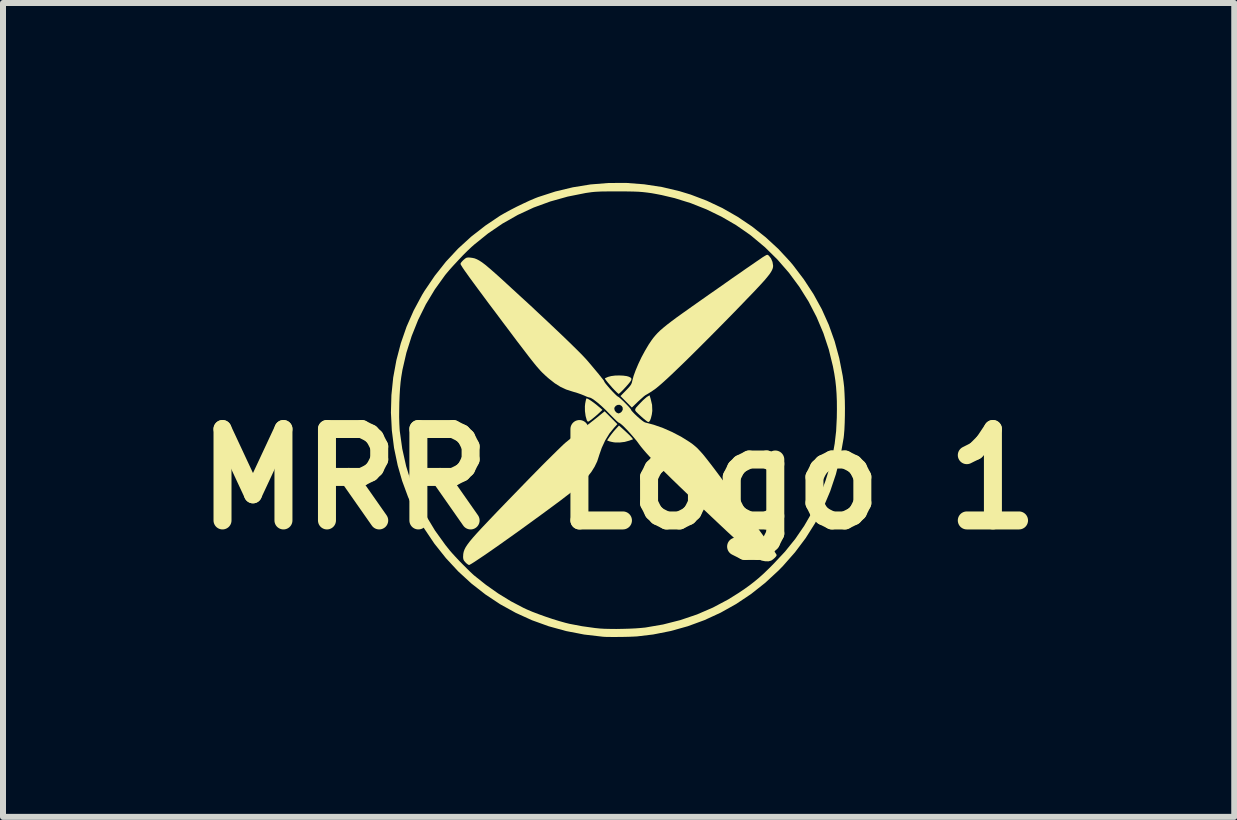
<source format=kicad_pcb>
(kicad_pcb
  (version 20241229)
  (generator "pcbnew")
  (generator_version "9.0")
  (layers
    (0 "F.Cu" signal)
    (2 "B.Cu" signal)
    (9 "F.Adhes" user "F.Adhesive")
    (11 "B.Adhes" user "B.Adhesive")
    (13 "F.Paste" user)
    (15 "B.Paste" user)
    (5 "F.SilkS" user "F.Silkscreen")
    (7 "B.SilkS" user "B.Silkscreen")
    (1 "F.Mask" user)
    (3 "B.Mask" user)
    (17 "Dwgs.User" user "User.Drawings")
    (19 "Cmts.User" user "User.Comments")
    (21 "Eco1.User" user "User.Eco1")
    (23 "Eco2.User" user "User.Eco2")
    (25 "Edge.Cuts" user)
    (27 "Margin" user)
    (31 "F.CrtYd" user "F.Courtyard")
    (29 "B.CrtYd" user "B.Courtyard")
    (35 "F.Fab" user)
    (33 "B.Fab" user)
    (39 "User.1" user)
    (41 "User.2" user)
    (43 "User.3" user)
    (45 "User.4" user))
  (footprint "MRR Logo 1"
    (layer "F.Cu")
    (at 7.264 4.938)
    (property "Reference" "MRR Logo 1" (at 0 0 0) (layer "F.SilkS") (effects (font (size 1.524 1.524) (thickness 0.3))))
    (attr board_only exclude_from_pos_files exclude_from_bom)
    (fp_poly (pts (xy 0.098 -0.811) (xy 0.14 -0.772) (xy 0.178 -0.736) (xy 0.206 -0.707) (xy 0.216 -0.696) (xy 0.241 -0.664) (xy 0.178 -0.641) (xy 0.102 -0.62) (xy 0.019 -0.61) (xy -0.059 -0.611) (xy -0.084 -0.614) (xy -0.124 -0.622) (xy -0.158 -0.631) (xy -0.165 -0.634) (xy -0.192 -0.645) (xy -0.152 -0.704) (xy -0.121 -0.746) (xy -0.083 -0.794) (xy -0.052 -0.829) (xy 0.006 -0.893)) (stroke (width 0) (type solid)) (fill yes) (layer "F.SilkS"))
    (fp_poly (pts (xy -0.523 -1.343) (xy -0.494 -1.328) (xy -0.455 -1.303) (xy -0.409 -1.27) (xy -0.36 -1.231) (xy -0.349 -1.222) (xy -0.269 -1.154) (xy -0.33 -1.097) (xy -0.376 -1.056) (xy -0.424 -1.016) (xy -0.467 -0.982) (xy -0.5 -0.96) (xy -0.503 -0.958) (xy -0.518 -0.961) (xy -0.531 -0.983) (xy -0.55 -1.052) (xy -0.561 -1.133) (xy -0.562 -1.213) (xy -0.557 -1.26) (xy -0.549 -1.301) (xy -0.542 -1.331) (xy -0.537 -1.345)) (stroke (width 0) (type solid)) (fill yes) (layer "F.SilkS"))
    (fp_poly (pts (xy 0.534 -1.339) (xy 0.558 -1.238) (xy 0.562 -1.138) (xy 0.554 -1.077) (xy 0.539 -1.016) (xy 0.524 -0.976) (xy 0.508 -0.956) (xy 0.495 -0.951) (xy 0.479 -0.959) (xy 0.45 -0.981) (xy 0.412 -1.012) (xy 0.368 -1.051) (xy 0.367 -1.052) (xy 0.323 -1.093) (xy 0.293 -1.122) (xy 0.277 -1.145) (xy 0.277 -1.166) (xy 0.291 -1.191) (xy 0.32 -1.223) (xy 0.364 -1.27) (xy 0.369 -1.275) (xy 0.407 -1.314) (xy 0.444 -1.347) (xy 0.472 -1.371) (xy 0.48 -1.375) (xy 0.516 -1.397)) (stroke (width 0) (type solid)) (fill yes) (layer "F.SilkS"))
    (fp_poly (pts (xy 0.078 -1.725) (xy 0.137 -1.717) (xy 0.173 -1.706) (xy 0.202 -1.691) (xy 0.213 -1.677) (xy 0.212 -1.657) (xy 0.211 -1.652) (xy 0.201 -1.634) (xy 0.179 -1.605) (xy 0.148 -1.568) (xy 0.112 -1.528) (xy 0.075 -1.488) (xy 0.042 -1.455) (xy 0.016 -1.431) (xy 0.001 -1.421) (xy -0.000145 -1.42) (xy -0.011 -1.429) (xy -0.034 -1.45) (xy -0.064 -1.48) (xy -0.068 -1.484) (xy -0.103 -1.521) (xy -0.139 -1.563) (xy -0.174 -1.603) (xy -0.203 -1.639) (xy -0.222 -1.665) (xy -0.229 -1.677) (xy -0.219 -1.685) (xy -0.192 -1.697) (xy -0.172 -1.705) (xy -0.122 -1.718) (xy -0.059 -1.726) (xy 0.011 -1.728)) (stroke (width 0) (type solid)) (fill yes) (layer "F.SilkS"))
    (fp_poly (pts (xy -0.126 -1.023) (xy -0.02 -0.916) (xy -0.075 -0.856) (xy -0.153 -0.76) (xy -0.223 -0.646) (xy -0.281 -0.521) (xy -0.326 -0.392) (xy -0.326 -0.39) (xy -0.357 -0.295) (xy -0.4 -0.206) (xy -0.455 -0.118) (xy -0.526 -0.029) (xy -0.614 0.066) (xy -0.669 0.12) (xy -0.701 0.149) (xy -0.75 0.188) (xy -0.812 0.237) (xy -0.888 0.295) (xy -0.974 0.361) (xy -1.07 0.432) (xy -1.174 0.509) (xy -1.283 0.589) (xy -1.397 0.672) (xy -1.514 0.757) (xy -1.631 0.842) (xy -1.747 0.925) (xy -1.861 1.006) (xy -1.971 1.084) (xy -2.075 1.157) (xy -2.171 1.224) (xy -2.259 1.284) (xy -2.335 1.335) (xy -2.398 1.377) (xy -2.447 1.408) (xy -2.48 1.427) (xy -2.494 1.433) (xy -2.512 1.424) (xy -2.538 1.404) (xy -2.552 1.39) (xy -2.577 1.361) (xy -2.589 1.335) (xy -2.593 1.3) (xy -2.592 1.285) (xy -2.59 1.249) (xy -2.583 1.213) (xy -2.57 1.176) (xy -2.55 1.136) (xy -2.521 1.092) (xy -2.482 1.04) (xy -2.432 0.98) (xy -2.369 0.909) (xy -2.292 0.825) (xy -2.199 0.727) (xy -2.166 0.692) (xy -2.027 0.546) (xy -1.89 0.404) (xy -1.756 0.266) (xy -1.627 0.133) (xy -1.505 0.007) (xy -1.389 -0.111) (xy -1.282 -0.22) (xy -1.184 -0.318) (xy -1.097 -0.404) (xy -1.022 -0.478) (xy -0.96 -0.538) (xy -0.913 -0.583) (xy -0.885 -0.608) (xy -0.828 -0.654) (xy -0.759 -0.71) (xy -0.685 -0.77) (xy -0.613 -0.827) (xy -0.578 -0.855) (xy -0.515 -0.905) (xy -0.451 -0.955) (xy -0.392 -1.001) (xy -0.343 -1.04) (xy -0.318 -1.061) (xy -0.233 -1.13)) (stroke (width 0) (type solid)) (fill yes) (layer "F.SilkS"))
    (fp_poly (pts (xy 2.496 -3.732) (xy 2.506 -3.724) (xy 2.541 -3.679) (xy 2.566 -3.621) (xy 2.576 -3.561) (xy 2.576 -3.56) (xy 2.575 -3.536) (xy 2.569 -3.511) (xy 2.558 -3.484) (xy 2.541 -3.453) (xy 2.517 -3.417) (xy 2.483 -3.374) (xy 2.44 -3.322) (xy 2.385 -3.261) (xy 2.317 -3.188) (xy 2.236 -3.102) (xy 2.139 -3.002) (xy 2.075 -2.935) (xy 1.92 -2.775) (xy 1.768 -2.62) (xy 1.62 -2.47) (xy 1.478 -2.327) (xy 1.343 -2.192) (xy 1.215 -2.065) (xy 1.096 -1.948) (xy 0.986 -1.842) (xy 0.888 -1.748) (xy 0.801 -1.667) (xy 0.728 -1.601) (xy 0.668 -1.549) (xy 0.624 -1.513) (xy 0.616 -1.507) (xy 0.566 -1.472) (xy 0.52 -1.442) (xy 0.484 -1.42) (xy 0.463 -1.408) (xy 0.463 -1.408) (xy 0.443 -1.396) (xy 0.41 -1.37) (xy 0.37 -1.334) (xy 0.327 -1.295) (xy 0.221 -1.193) (xy 0.126 -1.289) (xy 0.031 -1.384) (xy 0.123 -1.478) (xy 0.164 -1.521) (xy 0.192 -1.554) (xy 0.21 -1.581) (xy 0.221 -1.608) (xy 0.228 -1.637) (xy 0.25 -1.72) (xy 0.285 -1.816) (xy 0.33 -1.922) (xy 0.382 -2.032) (xy 0.441 -2.141) (xy 0.502 -2.244) (xy 0.513 -2.26) (xy 0.545 -2.308) (xy 0.577 -2.352) (xy 0.611 -2.393) (xy 0.649 -2.435) (xy 0.692 -2.477) (xy 0.744 -2.522) (xy 0.805 -2.572) (xy 0.878 -2.628) (xy 0.965 -2.693) (xy 1.067 -2.766) (xy 1.187 -2.851) (xy 1.219 -2.874) (xy 1.364 -2.976) (xy 1.506 -3.076) (xy 1.644 -3.172) (xy 1.775 -3.264) (xy 1.898 -3.351) (xy 2.013 -3.43) (xy 2.117 -3.503) (xy 2.209 -3.566) (xy 2.288 -3.621) (xy 2.352 -3.664) (xy 2.399 -3.697) (xy 2.43 -3.716) (xy 2.436 -3.72) (xy 2.465 -3.736) (xy 2.482 -3.74)) (stroke (width 0) (type solid)) (fill yes) (layer "F.SilkS"))
    (fp_poly (pts (xy -2.474 -3.693) (xy -2.436 -3.688) (xy -2.4 -3.68) (xy -2.363 -3.665) (xy -2.323 -3.644) (xy -2.277 -3.614) (xy -2.224 -3.574) (xy -2.162 -3.522) (xy -2.088 -3.458) (xy -1.999 -3.379) (xy -1.944 -3.329) (xy -1.782 -3.18) (xy -1.624 -3.035) (xy -1.471 -2.895) (xy -1.326 -2.759) (xy -1.189 -2.631) (xy -1.061 -2.51) (xy -0.943 -2.398) (xy -0.837 -2.296) (xy -0.743 -2.204) (xy -0.663 -2.125) (xy -0.599 -2.06) (xy -0.55 -2.008) (xy -0.531 -1.987) (xy -0.455 -1.898) (xy -0.389 -1.819) (xy -0.333 -1.752) (xy -0.29 -1.698) (xy -0.259 -1.659) (xy -0.243 -1.636) (xy -0.241 -1.63) (xy -0.233 -1.615) (xy -0.212 -1.586) (xy -0.181 -1.549) (xy -0.145 -1.507) (xy -0.106 -1.465) (xy -0.069 -1.427) (xy -0.038 -1.396) (xy -0.015 -1.377) (xy -0.006 -1.372) (xy 0.007 -1.364) (xy 0.033 -1.342) (xy 0.066 -1.311) (xy 0.103 -1.275) (xy 0.14 -1.237) (xy 0.172 -1.203) (xy 0.195 -1.176) (xy 0.205 -1.161) (xy 0.205 -1.161) (xy 0.213 -1.144) (xy 0.237 -1.117) (xy 0.27 -1.083) (xy 0.31 -1.045) (xy 0.351 -1.009) (xy 0.389 -0.978) (xy 0.421 -0.955) (xy 0.44 -0.945) (xy 0.586 -0.906) (xy 0.74 -0.852) (xy 0.894 -0.784) (xy 1.042 -0.707) (xy 1.178 -0.622) (xy 1.179 -0.621) (xy 1.206 -0.602) (xy 1.232 -0.584) (xy 1.257 -0.564) (xy 1.282 -0.543) (xy 1.308 -0.52) (xy 1.335 -0.492) (xy 1.365 -0.46) (xy 1.399 -0.422) (xy 1.437 -0.376) (xy 1.479 -0.323) (xy 1.528 -0.26) (xy 1.584 -0.187) (xy 1.647 -0.103) (xy 1.719 -0.006) (xy 1.801 0.105) (xy 1.893 0.23) (xy 1.996 0.371) (xy 2.111 0.529) (xy 2.239 0.704) (xy 2.302 0.791) (xy 2.369 0.884) (xy 2.432 0.971) (xy 2.489 1.051) (xy 2.539 1.121) (xy 2.58 1.18) (xy 2.611 1.225) (xy 2.63 1.255) (xy 2.636 1.267) (xy 2.627 1.287) (xy 2.604 1.313) (xy 2.574 1.339) (xy 2.544 1.359) (xy 2.5 1.371) (xy 2.444 1.37) (xy 2.386 1.359) (xy 2.346 1.342) (xy 2.324 1.329) (xy 2.295 1.308) (xy 2.257 1.278) (xy 2.21 1.238) (xy 2.153 1.189) (xy 2.085 1.128) (xy 2.005 1.055) (xy 1.913 0.97) (xy 1.806 0.871) (xy 1.686 0.758) (xy 1.55 0.63) (xy 1.399 0.487) (xy 1.324 0.417) (xy 1.163 0.264) (xy 1.019 0.126) (xy 0.891 0.002) (xy 0.779 -0.108) (xy 0.68 -0.206) (xy 0.595 -0.293) (xy 0.522 -0.369) (xy 0.461 -0.436) (xy 0.411 -0.494) (xy 0.37 -0.544) (xy 0.343 -0.58) (xy 0.305 -0.632) (xy 0.259 -0.687) (xy 0.21 -0.744) (xy 0.161 -0.799) (xy 0.113 -0.849) (xy 0.071 -0.891) (xy 0.036 -0.921) (xy 0.013 -0.937) (xy 0.006 -0.939) (xy -0.007 -0.947) (xy -0.034 -0.97) (xy -0.071 -1.006) (xy -0.115 -1.05) (xy -0.159 -1.095) (xy -0.222 -1.159) (xy -0.236 -1.172) (xy -0.072 -1.172) (xy -0.062 -1.139) (xy -0.038 -1.111) (xy -0.008 -1.096) (xy 0 -1.095) (xy 0.026 -1.104) (xy 0.048 -1.12) (xy 0.069 -1.155) (xy 0.068 -1.192) (xy 0.052 -1.218) (xy 0.022 -1.237) (xy -0.013 -1.238) (xy -0.045 -1.223) (xy -0.067 -1.197) (xy -0.072 -1.172) (xy -0.236 -1.172) (xy -0.286 -1.219) (xy -0.346 -1.271) (xy -0.4 -1.313) (xy -0.444 -1.343) (xy -0.477 -1.359) (xy -0.487 -1.36) (xy -0.505 -1.365) (xy -0.538 -1.377) (xy -0.578 -1.395) (xy -0.579 -1.395) (xy -0.626 -1.414) (xy -0.686 -1.435) (xy -0.75 -1.454) (xy -0.776 -1.462) (xy -0.875 -1.494) (xy -0.969 -1.538) (xy -1.063 -1.597) (xy -1.161 -1.674) (xy -1.189 -1.698) (xy -1.218 -1.724) (xy -1.245 -1.75) (xy -1.273 -1.776) (xy -1.301 -1.805) (xy -1.331 -1.839) (xy -1.365 -1.878) (xy -1.403 -1.924) (xy -1.446 -1.978) (xy -1.497 -2.043) (xy -1.555 -2.119) (xy -1.623 -2.208) (xy -1.702 -2.311) (xy -1.791 -2.43) (xy -1.894 -2.567) (xy -1.928 -2.612) (xy -2.052 -2.778) (xy -2.163 -2.925) (xy -2.26 -3.056) (xy -2.344 -3.169) (xy -2.416 -3.267) (xy -2.477 -3.35) (xy -2.527 -3.42) (xy -2.567 -3.476) (xy -2.597 -3.52) (xy -2.618 -3.553) (xy -2.631 -3.575) (xy -2.636 -3.588) (xy -2.636 -3.59) (xy -2.628 -3.608) (xy -2.606 -3.634) (xy -2.587 -3.653) (xy -2.556 -3.679) (xy -2.532 -3.692) (xy -2.503 -3.695)) (stroke (width 0) (type solid)) (fill yes) (layer "F.SilkS"))
    (fp_poly (pts (xy 0.427 -4.915) (xy 0.723 -4.87) (xy 1.014 -4.801) (xy 1.201 -4.744) (xy 1.469 -4.642) (xy 1.73 -4.519) (xy 1.982 -4.375) (xy 2.223 -4.213) (xy 2.451 -4.033) (xy 2.663 -3.838) (xy 2.856 -3.63) (xy 2.905 -3.572) (xy 3.088 -3.331) (xy 3.249 -3.085) (xy 3.388 -2.832) (xy 3.505 -2.571) (xy 3.602 -2.299) (xy 3.679 -2.016) (xy 3.737 -1.719) (xy 3.751 -1.619) (xy 3.761 -1.532) (xy 3.767 -1.427) (xy 3.772 -1.309) (xy 3.774 -1.184) (xy 3.773 -1.058) (xy 3.77 -0.937) (xy 3.765 -0.825) (xy 3.757 -0.729) (xy 3.752 -0.686) (xy 3.698 -0.377) (xy 3.623 -0.081) (xy 3.528 0.203) (xy 3.413 0.475) (xy 3.276 0.735) (xy 3.119 0.984) (xy 2.941 1.221) (xy 2.741 1.448) (xy 2.667 1.524) (xy 2.444 1.73) (xy 2.209 1.916) (xy 1.961 2.082) (xy 1.702 2.227) (xy 1.433 2.351) (xy 1.155 2.453) (xy 0.869 2.533) (xy 0.576 2.591) (xy 0.307 2.623) (xy 0.251 2.626) (xy 0.178 2.629) (xy 0.096 2.631) (xy 0.008 2.632) (xy -0.078 2.633) (xy -0.156 2.632) (xy -0.222 2.631) (xy -0.265 2.628) (xy -0.574 2.592) (xy -0.874 2.534) (xy -1.165 2.454) (xy -1.445 2.353) (xy -1.715 2.23) (xy -1.974 2.087) (xy -2.22 1.924) (xy -2.454 1.741) (xy -2.674 1.539) (xy -2.879 1.318) (xy -3.07 1.078) (xy -3.083 1.059) (xy -3.247 0.815) (xy -3.389 0.563) (xy -3.509 0.302) (xy -3.609 0.03) (xy -3.683 -0.228) (xy -3.744 -0.519) (xy -3.781 -0.813) (xy -3.792 -1.034) (xy -3.659 -1.034) (xy -3.656 -0.926) (xy -3.651 -0.834) (xy -3.649 -0.804) (xy -3.607 -0.505) (xy -3.542 -0.214) (xy -3.455 0.068) (xy -3.346 0.341) (xy -3.214 0.604) (xy -3.061 0.858) (xy -2.886 1.101) (xy -2.813 1.192) (xy -2.773 1.238) (xy -2.72 1.296) (xy -2.66 1.36) (xy -2.595 1.426) (xy -2.532 1.489) (xy -2.474 1.546) (xy -2.426 1.591) (xy -2.408 1.607) (xy -2.212 1.763) (xy -2.006 1.908) (xy -1.794 2.038) (xy -1.582 2.149) (xy -1.528 2.174) (xy -1.439 2.212) (xy -1.334 2.252) (xy -1.22 2.293) (xy -1.104 2.332) (xy -0.991 2.367) (xy -0.888 2.396) (xy -0.819 2.413) (xy -0.609 2.453) (xy -0.394 2.483) (xy -0.305 2.492) (xy -0.232 2.496) (xy -0.141 2.498) (xy -0.038 2.499) (xy 0.071 2.497) (xy 0.18 2.494) (xy 0.283 2.489) (xy 0.374 2.482) (xy 0.446 2.475) (xy 0.742 2.424) (xy 1.029 2.351) (xy 1.307 2.257) (xy 1.573 2.142) (xy 1.827 2.007) (xy 2.003 1.897) (xy 2.102 1.83) (xy 2.187 1.769) (xy 2.264 1.709) (xy 2.339 1.647) (xy 2.415 1.579) (xy 2.497 1.5) (xy 2.582 1.415) (xy 2.775 1.209) (xy 2.945 0.998) (xy 3.095 0.779) (xy 3.227 0.551) (xy 3.342 0.31) (xy 3.441 0.053) (xy 3.453 0.018) (xy 3.517 -0.189) (xy 3.567 -0.39) (xy 3.603 -0.592) (xy 3.627 -0.8) (xy 3.638 -1.02) (xy 3.64 -1.162) (xy 3.639 -1.301) (xy 3.634 -1.423) (xy 3.626 -1.535) (xy 3.614 -1.644) (xy 3.597 -1.755) (xy 3.574 -1.877) (xy 3.574 -1.878) (xy 3.505 -2.16) (xy 3.414 -2.435) (xy 3.301 -2.702) (xy 3.168 -2.959) (xy 3.014 -3.205) (xy 2.841 -3.439) (xy 2.649 -3.66) (xy 2.44 -3.866) (xy 2.214 -4.055) (xy 2.184 -4.078) (xy 1.959 -4.234) (xy 1.718 -4.374) (xy 1.465 -4.497) (xy 1.203 -4.601) (xy 0.936 -4.684) (xy 0.716 -4.736) (xy 0.628 -4.753) (xy 0.551 -4.767) (xy 0.479 -4.777) (xy 0.409 -4.785) (xy 0.335 -4.791) (xy 0.254 -4.794) (xy 0.16 -4.796) (xy 0.049 -4.797) (xy -0.018 -4.797) (xy -0.127 -4.797) (xy -0.215 -4.796) (xy -0.288 -4.795) (xy -0.349 -4.792) (xy -0.402 -4.789) (xy -0.451 -4.784) (xy -0.5 -4.777) (xy -0.549 -4.77) (xy -0.849 -4.71) (xy -1.138 -4.629) (xy -1.415 -4.528) (xy -1.68 -4.405) (xy -1.934 -4.261) (xy -2.176 -4.096) (xy -2.407 -3.91) (xy -2.449 -3.873) (xy -2.515 -3.811) (xy -2.591 -3.736) (xy -2.67 -3.652) (xy -2.749 -3.567) (xy -2.822 -3.486) (xy -2.883 -3.413) (xy -2.897 -3.395) (xy -3.064 -3.162) (xy -3.213 -2.915) (xy -3.342 -2.655) (xy -3.45 -2.385) (xy -3.538 -2.107) (xy -3.604 -1.821) (xy -3.624 -1.7) (xy -3.635 -1.615) (xy -3.644 -1.513) (xy -3.651 -1.397) (xy -3.656 -1.275) (xy -3.658 -1.152) (xy -3.659 -1.034) (xy -3.792 -1.034) (xy -3.796 -1.107) (xy -3.788 -1.401) (xy -3.758 -1.693) (xy -3.705 -1.982) (xy -3.631 -2.265) (xy -3.535 -2.542) (xy -3.417 -2.81) (xy -3.278 -3.069) (xy -3.236 -3.138) (xy -3.065 -3.39) (xy -2.879 -3.625) (xy -2.677 -3.842) (xy -2.457 -4.043) (xy -2.219 -4.228) (xy -1.978 -4.39) (xy -1.897 -4.437) (xy -1.801 -4.489) (xy -1.696 -4.543) (xy -1.588 -4.595) (xy -1.485 -4.643) (xy -1.391 -4.683) (xy -1.342 -4.702) (xy -1.055 -4.795) (xy -0.763 -4.865) (xy -0.467 -4.913) (xy -0.169 -4.937) (xy 0.13 -4.938)) (stroke (width 0) (type solid)) (fill yes) (layer "F.SilkS")))
  (gr_rect
    (start -3 -3)
    (end 17.529 10.57)
    (stroke (width 0.1) (type default))
    (fill no)
    (layer "Edge.Cuts")))
</source>
